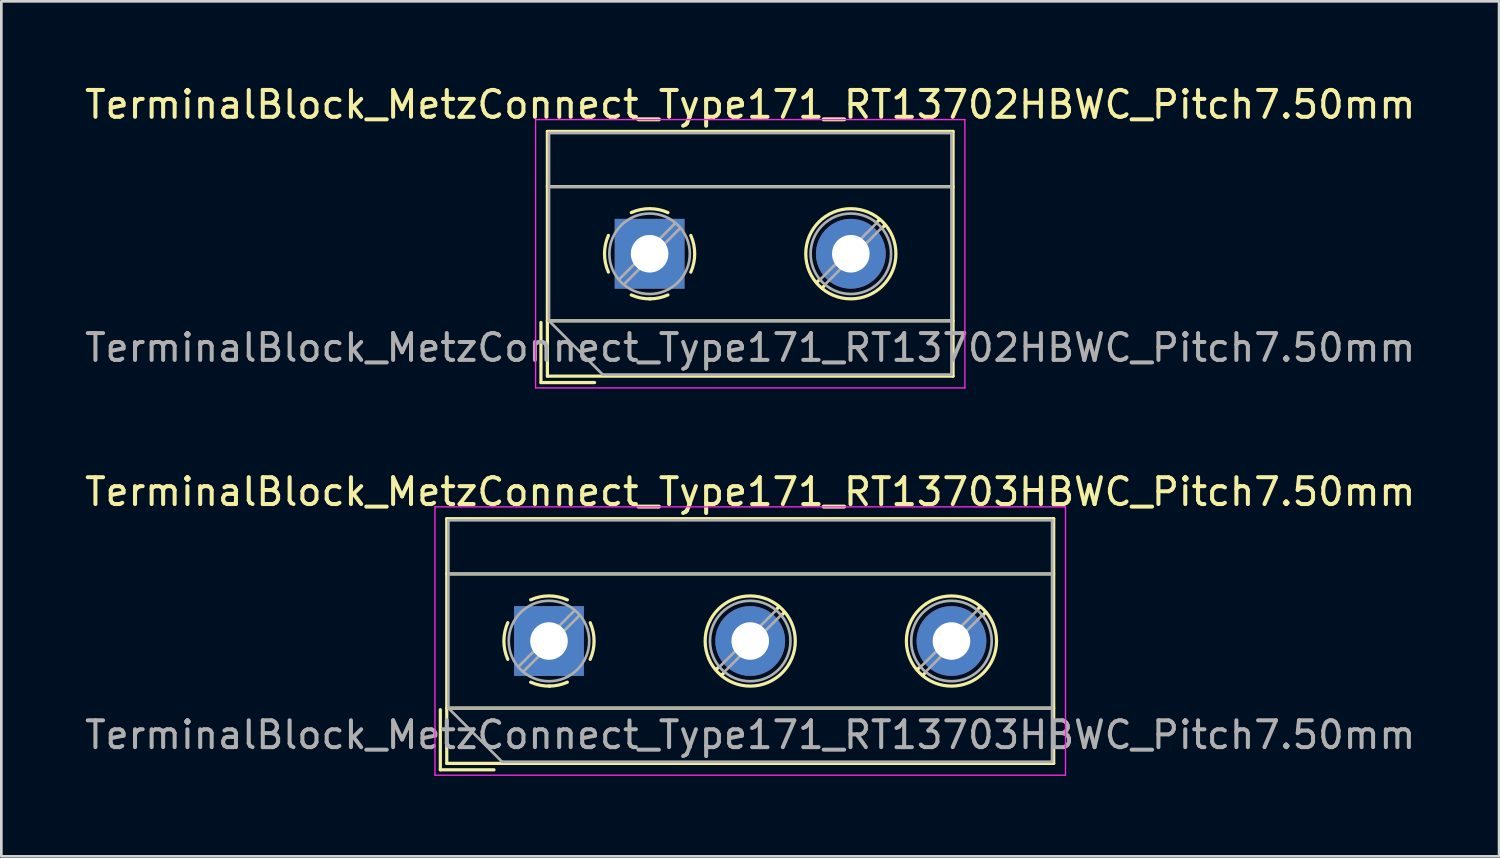
<source format=kicad_pcb>
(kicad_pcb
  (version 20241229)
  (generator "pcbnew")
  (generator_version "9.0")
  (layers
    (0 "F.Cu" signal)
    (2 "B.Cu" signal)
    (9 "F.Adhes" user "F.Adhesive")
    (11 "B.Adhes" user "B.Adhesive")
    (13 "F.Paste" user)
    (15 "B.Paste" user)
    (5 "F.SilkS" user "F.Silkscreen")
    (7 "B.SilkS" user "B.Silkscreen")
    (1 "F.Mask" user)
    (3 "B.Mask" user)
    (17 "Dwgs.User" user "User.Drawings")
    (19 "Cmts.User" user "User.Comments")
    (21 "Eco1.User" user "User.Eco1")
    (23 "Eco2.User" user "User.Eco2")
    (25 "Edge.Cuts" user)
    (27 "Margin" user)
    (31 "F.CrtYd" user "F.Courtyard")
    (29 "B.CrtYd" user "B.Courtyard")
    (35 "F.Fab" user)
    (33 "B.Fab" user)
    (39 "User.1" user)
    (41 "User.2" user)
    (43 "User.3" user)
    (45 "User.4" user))
  (footprint "TerminalBlock_MetzConnect_Type171_RT13703HBWC_Pitch7.50mm"
    (layer "F.Cu")
    (at 17.411 20.841)
    (property "Reference" "TerminalBlock_MetzConnect_Type171_RT13703HBWC_Pitch7.50mm" (at 7.5 -5.56 0) (layer "F.SilkS") (effects (font (size 1 1) (thickness 0.15))))
    (attr through_hole)
    (fp_line (start -4.05 2.56) (end -4.05 4.8) (stroke (width 0.12) (type solid)) (layer "F.SilkS"))
    (fp_line (start -4.05 4.8) (end -2.05 4.8) (stroke (width 0.12) (type solid)) (layer "F.SilkS"))
    (fp_line (start -3.81 -4.56) (end -3.81 4.56) (stroke (width 0.12) (type solid)) (layer "F.SilkS"))
    (fp_line (start -3.81 -2.5) (end 18.81 -2.5) (stroke (width 0.12) (type solid)) (layer "F.SilkS"))
    (fp_line (start -3.81 2.5) (end 18.81 2.5) (stroke (width 0.12) (type solid)) (layer "F.SilkS"))
    (fp_line (start -3.81 4.56) (end 18.81 4.56) (stroke (width 0.12) (type solid)) (layer "F.SilkS"))
    (fp_line (start 6.32 0.976) (end 6.226 1.069) (stroke (width 0.12) (type solid)) (layer "F.SilkS"))
    (fp_line (start 6.502 1.204) (end 6.431 1.274) (stroke (width 0.12) (type solid)) (layer "F.SilkS"))
    (fp_line (start 8.57 -1.275) (end 8.499 -1.204) (stroke (width 0.12) (type solid)) (layer "F.SilkS"))
    (fp_line (start 8.775 -1.069) (end 8.681 -0.976) (stroke (width 0.12) (type solid)) (layer "F.SilkS"))
    (fp_line (start 13.82 0.976) (end 13.726 1.069) (stroke (width 0.12) (type solid)) (layer "F.SilkS"))
    (fp_line (start 14.002 1.204) (end 13.931 1.274) (stroke (width 0.12) (type solid)) (layer "F.SilkS"))
    (fp_line (start 16.07 -1.275) (end 15.999 -1.204) (stroke (width 0.12) (type solid)) (layer "F.SilkS"))
    (fp_line (start 16.275 -1.069) (end 16.181 -0.976) (stroke (width 0.12) (type solid)) (layer "F.SilkS"))
    (fp_line (start 18.81 -4.56) (end -3.81 -4.56) (stroke (width 0.12) (type solid)) (layer "F.SilkS"))
    (fp_line (start 18.81 4.56) (end 18.81 -4.56) (stroke (width 0.12) (type solid)) (layer "F.SilkS"))
    (fp_arc (start -1.535427 0.683042) (mid -1.680501 -0.000524) (end -1.535 -0.684) (stroke (width 0.12) (type solid)) (layer "F.SilkS"))
    (fp_arc (start -0.683042 -1.535427) (mid 0.000524 -1.680501) (end 0.684 -1.535) (stroke (width 0.12) (type solid)) (layer "F.SilkS"))
    (fp_arc (start 0.028805 1.680253) (mid -0.335551 1.646659) (end -0.684 1.535) (stroke (width 0.12) (type solid)) (layer "F.SilkS"))
    (fp_arc (start 0.683318 1.534756) (mid 0.349292 1.643288) (end 0 1.68) (stroke (width 0.12) (type solid)) (layer "F.SilkS"))
    (fp_arc (start 1.535427 -0.683042) (mid 1.680501 0.000524) (end 1.535 0.684) (stroke (width 0.12) (type solid)) (layer "F.SilkS"))
    (fp_circle (center 7.5 0) (end 9.18 0) (stroke (width 0.12) (type solid)) (fill no) (layer "F.SilkS"))
    (fp_circle (center 15 0) (end 16.68 0) (stroke (width 0.12) (type solid)) (fill no) (layer "F.SilkS"))
    (fp_line (start -4.25 -5) (end -4.25 5) (stroke (width 0.05) (type solid)) (layer "F.CrtYd"))
    (fp_line (start -4.25 5) (end 19.25 5) (stroke (width 0.05) (type solid)) (layer "F.CrtYd"))
    (fp_line (start 19.25 -5) (end -4.25 -5) (stroke (width 0.05) (type solid)) (layer "F.CrtYd"))
    (fp_line (start 19.25 5) (end 19.25 -5) (stroke (width 0.05) (type solid)) (layer "F.CrtYd"))
    (fp_line (start -3.75 -4.5) (end 18.75 -4.5) (stroke (width 0.1) (type solid)) (layer "F.Fab"))
    (fp_line (start -3.75 -2.5) (end 18.75 -2.5) (stroke (width 0.1) (type solid)) (layer "F.Fab"))
    (fp_line (start -3.75 2.5) (end -3.75 -4.5) (stroke (width 0.1) (type solid)) (layer "F.Fab"))
    (fp_line (start -3.75 2.5) (end 18.75 2.5) (stroke (width 0.1) (type solid)) (layer "F.Fab"))
    (fp_line (start -1.75 4.5) (end -3.75 2.5) (stroke (width 0.1) (type solid)) (layer "F.Fab"))
    (fp_line (start 0.955 -1.138) (end -1.138 0.955) (stroke (width 0.1) (type solid)) (layer "F.Fab"))
    (fp_line (start 1.138 -0.955) (end -0.955 1.138) (stroke (width 0.1) (type solid)) (layer "F.Fab"))
    (fp_line (start 8.455 -1.138) (end 6.363 0.955) (stroke (width 0.1) (type solid)) (layer "F.Fab"))
    (fp_line (start 8.638 -0.955) (end 6.546 1.138) (stroke (width 0.1) (type solid)) (layer "F.Fab"))
    (fp_line (start 15.955 -1.138) (end 13.863 0.955) (stroke (width 0.1) (type solid)) (layer "F.Fab"))
    (fp_line (start 16.138 -0.955) (end 14.046 1.138) (stroke (width 0.1) (type solid)) (layer "F.Fab"))
    (fp_line (start 18.75 -4.5) (end 18.75 4.5) (stroke (width 0.1) (type solid)) (layer "F.Fab"))
    (fp_line (start 18.75 4.5) (end -1.75 4.5) (stroke (width 0.1) (type solid)) (layer "F.Fab"))
    (fp_circle (center 0 0) (end 1.5 0) (stroke (width 0.1) (type solid)) (fill no) (layer "F.Fab"))
    (fp_circle (center 7.5 0) (end 9 0) (stroke (width 0.1) (type solid)) (fill no) (layer "F.Fab"))
    (fp_circle (center 15 0) (end 16.5 0) (stroke (width 0.1) (type solid)) (fill no) (layer "F.Fab"))
    (fp_text user "${REFERENCE}" (at 7.5 3.5 0) (layer "F.Fab") (effects (font (size 1 1) (thickness 0.15))))
    (pad "1" thru_hole rect (at 0 0) (size 2.6 2.6) (drill 1.4) (layers "*.Cu" "*.Mask"))
    (pad "2" thru_hole oval (at 7.5 0) (size 2.6 2.6) (drill 1.4) (layers "*.Cu" "*.Mask"))
    (pad "3" thru_hole oval (at 15 0) (size 2.6 2.6) (drill 1.4) (layers "*.Cu" "*.Mask")))
  (footprint "TerminalBlock_MetzConnect_Type171_RT13702HBWC_Pitch7.50mm"
    (layer "F.Cu")
    (at 21.161 6.408)
    (property "Reference" "TerminalBlock_MetzConnect_Type171_RT13702HBWC_Pitch7.50mm" (at 3.75 -5.56 0) (layer "F.SilkS") (effects (font (size 1 1) (thickness 0.15))))
    (attr through_hole)
    (fp_line (start -4.05 2.56) (end -4.05 4.8) (stroke (width 0.12) (type solid)) (layer "F.SilkS"))
    (fp_line (start -4.05 4.8) (end -2.05 4.8) (stroke (width 0.12) (type solid)) (layer "F.SilkS"))
    (fp_line (start -3.81 -4.56) (end -3.81 4.56) (stroke (width 0.12) (type solid)) (layer "F.SilkS"))
    (fp_line (start -3.81 -2.5) (end 11.31 -2.5) (stroke (width 0.12) (type solid)) (layer "F.SilkS"))
    (fp_line (start -3.81 2.5) (end 11.31 2.5) (stroke (width 0.12) (type solid)) (layer "F.SilkS"))
    (fp_line (start -3.81 4.56) (end 11.31 4.56) (stroke (width 0.12) (type solid)) (layer "F.SilkS"))
    (fp_line (start 6.32 0.976) (end 6.226 1.069) (stroke (width 0.12) (type solid)) (layer "F.SilkS"))
    (fp_line (start 6.502 1.204) (end 6.431 1.274) (stroke (width 0.12) (type solid)) (layer "F.SilkS"))
    (fp_line (start 8.57 -1.275) (end 8.499 -1.204) (stroke (width 0.12) (type solid)) (layer "F.SilkS"))
    (fp_line (start 8.775 -1.069) (end 8.681 -0.976) (stroke (width 0.12) (type solid)) (layer "F.SilkS"))
    (fp_line (start 11.31 -4.56) (end -3.81 -4.56) (stroke (width 0.12) (type solid)) (layer "F.SilkS"))
    (fp_line (start 11.31 4.56) (end 11.31 -4.56) (stroke (width 0.12) (type solid)) (layer "F.SilkS"))
    (fp_arc (start -1.535427 0.683042) (mid -1.680501 -0.000524) (end -1.535 -0.684) (stroke (width 0.12) (type solid)) (layer "F.SilkS"))
    (fp_arc (start -0.683042 -1.535427) (mid 0.000524 -1.680501) (end 0.684 -1.535) (stroke (width 0.12) (type solid)) (layer "F.SilkS"))
    (fp_arc (start 0.028805 1.680253) (mid -0.335551 1.646659) (end -0.684 1.535) (stroke (width 0.12) (type solid)) (layer "F.SilkS"))
    (fp_arc (start 0.683318 1.534756) (mid 0.349292 1.643288) (end 0 1.68) (stroke (width 0.12) (type solid)) (layer "F.SilkS"))
    (fp_arc (start 1.535427 -0.683042) (mid 1.680501 0.000524) (end 1.535 0.684) (stroke (width 0.12) (type solid)) (layer "F.SilkS"))
    (fp_circle (center 7.5 0) (end 9.18 0) (stroke (width 0.12) (type solid)) (fill no) (layer "F.SilkS"))
    (fp_line (start -4.25 -5) (end -4.25 5) (stroke (width 0.05) (type solid)) (layer "F.CrtYd"))
    (fp_line (start -4.25 5) (end 11.75 5) (stroke (width 0.05) (type solid)) (layer "F.CrtYd"))
    (fp_line (start 11.75 -5) (end -4.25 -5) (stroke (width 0.05) (type solid)) (layer "F.CrtYd"))
    (fp_line (start 11.75 5) (end 11.75 -5) (stroke (width 0.05) (type solid)) (layer "F.CrtYd"))
    (fp_line (start -3.75 -4.5) (end 11.25 -4.5) (stroke (width 0.1) (type solid)) (layer "F.Fab"))
    (fp_line (start -3.75 -2.5) (end 11.25 -2.5) (stroke (width 0.1) (type solid)) (layer "F.Fab"))
    (fp_line (start -3.75 2.5) (end -3.75 -4.5) (stroke (width 0.1) (type solid)) (layer "F.Fab"))
    (fp_line (start -3.75 2.5) (end 11.25 2.5) (stroke (width 0.1) (type solid)) (layer "F.Fab"))
    (fp_line (start -1.75 4.5) (end -3.75 2.5) (stroke (width 0.1) (type solid)) (layer "F.Fab"))
    (fp_line (start 0.955 -1.138) (end -1.138 0.955) (stroke (width 0.1) (type solid)) (layer "F.Fab"))
    (fp_line (start 1.138 -0.955) (end -0.955 1.138) (stroke (width 0.1) (type solid)) (layer "F.Fab"))
    (fp_line (start 8.455 -1.138) (end 6.363 0.955) (stroke (width 0.1) (type solid)) (layer "F.Fab"))
    (fp_line (start 8.638 -0.955) (end 6.546 1.138) (stroke (width 0.1) (type solid)) (layer "F.Fab"))
    (fp_line (start 11.25 -4.5) (end 11.25 4.5) (stroke (width 0.1) (type solid)) (layer "F.Fab"))
    (fp_line (start 11.25 4.5) (end -1.75 4.5) (stroke (width 0.1) (type solid)) (layer "F.Fab"))
    (fp_circle (center 0 0) (end 1.5 0) (stroke (width 0.1) (type solid)) (fill no) (layer "F.Fab"))
    (fp_circle (center 7.5 0) (end 9 0) (stroke (width 0.1) (type solid)) (fill no) (layer "F.Fab"))
    (fp_text user "${REFERENCE}" (at 3.75 3.5 0) (layer "F.Fab") (effects (font (size 1 1) (thickness 0.15))))
    (pad "1" thru_hole rect (at 0 0) (size 2.6 2.6) (drill 1.4) (layers "*.Cu" "*.Mask"))
    (pad "2" thru_hole oval (at 7.5 0) (size 2.6 2.6) (drill 1.4) (layers "*.Cu" "*.Mask")))
  (gr_rect
    (start -3 -3)
    (end 52.821 28.866)
    (stroke (width 0.1) (type default))
    (fill no)
    (layer "Edge.Cuts")))
</source>
